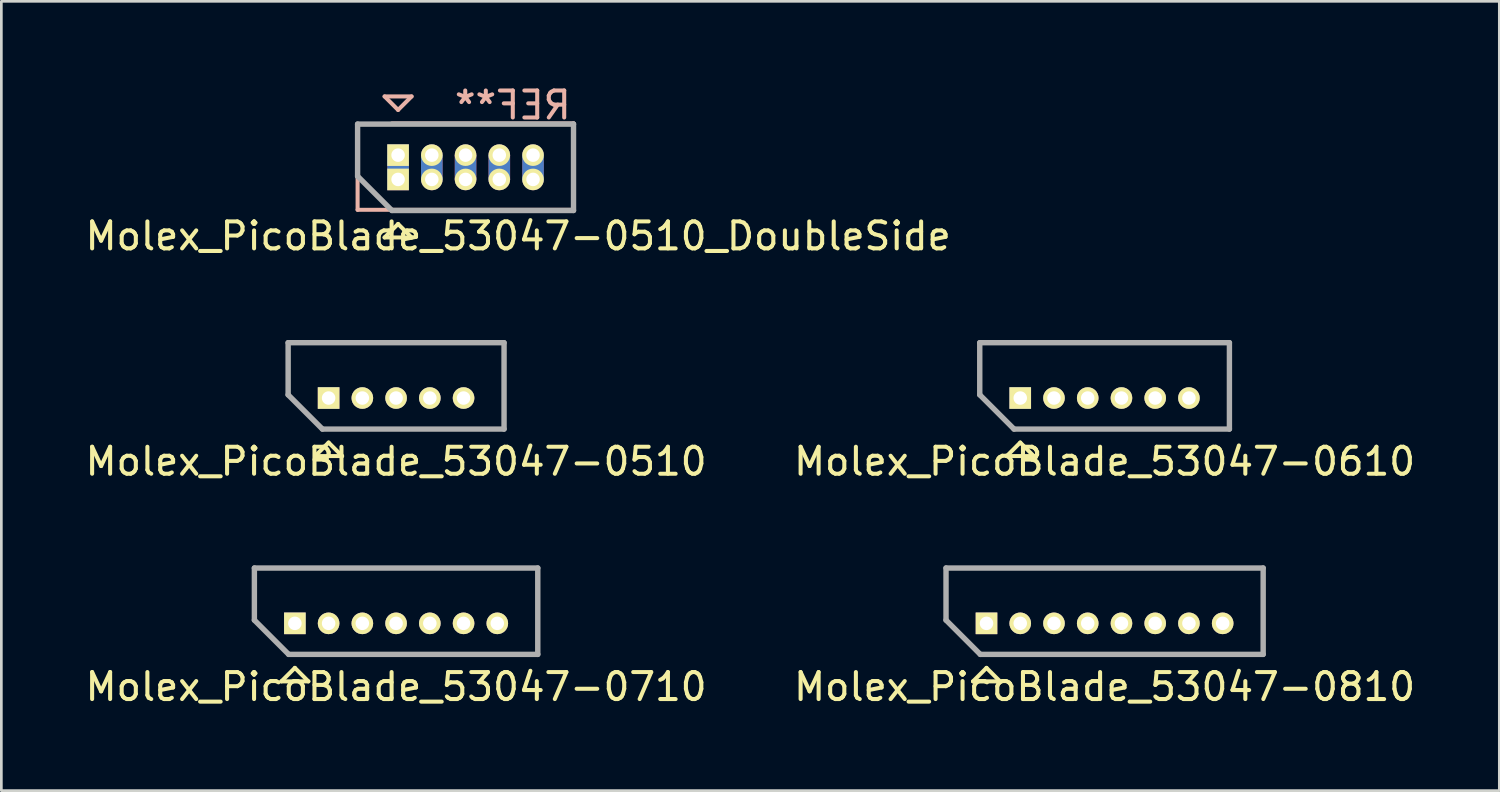
<source format=kicad_pcb>
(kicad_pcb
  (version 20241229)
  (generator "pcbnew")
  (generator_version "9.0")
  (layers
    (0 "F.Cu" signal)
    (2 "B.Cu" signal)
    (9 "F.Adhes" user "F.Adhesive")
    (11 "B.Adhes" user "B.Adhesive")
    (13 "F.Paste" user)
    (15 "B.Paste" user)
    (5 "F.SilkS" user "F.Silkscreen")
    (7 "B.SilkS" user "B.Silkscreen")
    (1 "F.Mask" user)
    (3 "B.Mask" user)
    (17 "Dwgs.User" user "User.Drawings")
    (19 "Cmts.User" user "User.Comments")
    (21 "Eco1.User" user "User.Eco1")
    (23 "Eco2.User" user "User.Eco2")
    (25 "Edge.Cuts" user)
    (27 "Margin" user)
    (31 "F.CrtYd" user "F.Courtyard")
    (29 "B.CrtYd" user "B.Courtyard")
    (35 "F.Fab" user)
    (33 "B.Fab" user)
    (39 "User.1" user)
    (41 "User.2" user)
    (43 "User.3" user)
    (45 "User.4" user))
  (footprint "Molex_PicoBlade_53047-0510_DoubleSide"
    (layer "F.Cu")
    (at 11.699 3.598)
    (property "Reference" "Molex_PicoBlade_53047-0510_DoubleSide" (at 4.45 2.1 0) (layer "F.SilkS") (effects (font (size 1 1) (thickness 0.15))))
    (attr through_hole)
    (fp_line (start -1.5 -2.05) (end 6.5 -2.05) (stroke (width 0.15) (type solid)) (layer "F.SilkS"))
    (fp_line (start -1.5 -0.12) (end -1.5 -2.05) (stroke (width 0.15) (type solid)) (layer "F.SilkS"))
    (fp_line (start -0.5 2.15) (end 0 1.65) (stroke (width 0.15) (type solid)) (layer "F.SilkS"))
    (fp_line (start 0 1.65) (end 0.5 2.15) (stroke (width 0.15) (type solid)) (layer "F.SilkS"))
    (fp_line (start 0.5 2.15) (end -0.5 2.15) (stroke (width 0.15) (type solid)) (layer "F.SilkS"))
    (fp_line (start 6.5 -2.05) (end 6.5 1.15) (stroke (width 0.15) (type solid)) (layer "F.SilkS"))
    (fp_line (start 6.5 1.15) (end -0.23 1.15) (stroke (width 0.15) (type solid)) (layer "F.SilkS"))
    (fp_line (start -1.5 -0.805) (end -1.5 1.125) (stroke (width 0.15) (type solid)) (layer "B.SilkS"))
    (fp_line (start -1.5 1.125) (end 6.5 1.125) (stroke (width 0.15) (type solid)) (layer "B.SilkS"))
    (fp_line (start -0.5 -3.075) (end 0 -2.575) (stroke (width 0.15) (type solid)) (layer "B.SilkS"))
    (fp_line (start 0 -2.575) (end 0.5 -3.075) (stroke (width 0.15) (type solid)) (layer "B.SilkS"))
    (fp_line (start 0.5 -3.075) (end -0.5 -3.075) (stroke (width 0.15) (type solid)) (layer "B.SilkS"))
    (fp_line (start 6.5 -2.075) (end -0.23 -2.075) (stroke (width 0.15) (type solid)) (layer "B.SilkS"))
    (fp_line (start 6.5 1.125) (end 6.5 -2.075) (stroke (width 0.15) (type solid)) (layer "B.SilkS"))
    (fp_line (start -1.5 -2.05) (end 6.5 -2.05) (stroke (width 0.2) (type solid)) (layer "F.Fab"))
    (fp_line (start -1.5 -0.12) (end -1.5 -2.05) (stroke (width 0.2) (type solid)) (layer "F.Fab"))
    (fp_line (start -0.23 1.15) (end -1.5 -0.12) (stroke (width 0.2) (type solid)) (layer "F.Fab"))
    (fp_line (start 6.5 -2.05) (end 6.5 1.15) (stroke (width 0.2) (type solid)) (layer "F.Fab"))
    (fp_line (start 6.5 1.15) (end -0.23 1.15) (stroke (width 0.2) (type solid)) (layer "F.Fab"))
    (fp_text user "REF**" (at 4.25 -2.75 0) (layer "B.SilkS") (effects (font (size 1 1) (thickness 0.15)) (justify mirror)))
    (pad "1" thru_hole rect (at 0 -0.9) (size 0.8 0.8) (drill 0.5) (layers "*.Cu" "*.Mask" "F.SilkS"))
    (pad "1" connect rect (at 0 -0.45) (size 0.8 0.9) (layers "F.Cu"))
    (pad "1" connect rect (at 0 -0.45) (size 0.8 0.9) (layers "B.Cu"))
    (pad "1" thru_hole rect (at 0 0) (size 0.8 0.8) (drill 0.5) (layers "*.Cu" "*.Mask" "F.SilkS"))
    (pad "2" thru_hole oval (at 1.25 -0.9) (size 0.8 0.8) (drill 0.5) (layers "*.Cu" "*.Mask" "F.SilkS"))
    (pad "2" connect rect (at 1.25 -0.45) (size 0.8 0.9) (layers "F.Cu"))
    (pad "2" connect rect (at 1.25 -0.45) (size 0.8 0.9) (layers "B.Cu"))
    (pad "2" thru_hole oval (at 1.25 0) (size 0.8 0.8) (drill 0.5) (layers "*.Cu" "*.Mask" "F.SilkS"))
    (pad "3" thru_hole oval (at 2.5 -0.9) (size 0.8 0.8) (drill 0.5) (layers "*.Cu" "*.Mask" "F.SilkS"))
    (pad "3" connect rect (at 2.5 -0.45) (size 0.8 0.9) (layers "F.Cu"))
    (pad "3" connect rect (at 2.5 -0.45) (size 0.8 0.9) (layers "B.Cu"))
    (pad "3" thru_hole oval (at 2.5 0) (size 0.8 0.8) (drill 0.5) (layers "*.Cu" "*.Mask" "F.SilkS"))
    (pad "4" thru_hole oval (at 3.75 -0.9) (size 0.8 0.8) (drill 0.5) (layers "*.Cu" "*.Mask" "F.SilkS"))
    (pad "4" connect rect (at 3.75 -0.45) (size 0.8 0.9) (layers "F.Cu"))
    (pad "4" connect rect (at 3.75 -0.45) (size 0.8 0.9) (layers "B.Cu"))
    (pad "4" thru_hole oval (at 3.75 0) (size 0.8 0.8) (drill 0.5) (layers "*.Cu" "*.Mask" "F.SilkS"))
    (pad "5" thru_hole oval (at 5 -0.9) (size 0.8 0.8) (drill 0.5) (layers "*.Cu" "*.Mask" "F.SilkS"))
    (pad "5" connect rect (at 5 -0.425) (size 0.8 0.9) (layers "F.Cu"))
    (pad "5" connect rect (at 5 -0.425) (size 0.8 0.9) (layers "B.Cu"))
    (pad "5" thru_hole oval (at 5 0) (size 0.8 0.8) (drill 0.5) (layers "*.Cu" "*.Mask" "F.SilkS")))
  (footprint "Molex_PicoBlade_53047-0510"
    (layer "F.Cu")
    (at 9.125 11.697)
    (property "Reference" "Molex_PicoBlade_53047-0510" (at 2.5 2.35 0) (layer "F.SilkS") (effects (font (size 1 1) (thickness 0.15))))
    (attr through_hole)
    (fp_line (start -1.5 -2.05) (end 6.5 -2.05) (stroke (width 0.15) (type solid)) (layer "F.SilkS"))
    (fp_line (start -1.5 -0.12) (end -1.5 -2.05) (stroke (width 0.15) (type solid)) (layer "F.SilkS"))
    (fp_line (start -0.5 2.15) (end 0 1.65) (stroke (width 0.15) (type solid)) (layer "F.SilkS"))
    (fp_line (start 0 1.65) (end 0.5 2.15) (stroke (width 0.15) (type solid)) (layer "F.SilkS"))
    (fp_line (start 0.5 2.15) (end -0.5 2.15) (stroke (width 0.15) (type solid)) (layer "F.SilkS"))
    (fp_line (start 6.5 -2.05) (end 6.5 1.15) (stroke (width 0.15) (type solid)) (layer "F.SilkS"))
    (fp_line (start 6.5 1.15) (end -0.23 1.15) (stroke (width 0.15) (type solid)) (layer "F.SilkS"))
    (fp_line (start -1.5 -2.05) (end 6.5 -2.05) (stroke (width 0.2) (type solid)) (layer "F.Fab"))
    (fp_line (start -1.5 -0.12) (end -1.5 -2.05) (stroke (width 0.2) (type solid)) (layer "F.Fab"))
    (fp_line (start -0.23 1.15) (end -1.5 -0.12) (stroke (width 0.2) (type solid)) (layer "F.Fab"))
    (fp_line (start 6.5 -2.05) (end 6.5 1.15) (stroke (width 0.2) (type solid)) (layer "F.Fab"))
    (fp_line (start 6.5 1.15) (end -0.23 1.15) (stroke (width 0.2) (type solid)) (layer "F.Fab"))
    (pad "1" thru_hole rect (at 0 0) (size 0.8 0.8) (drill 0.5) (layers "*.Cu" "*.Mask" "F.SilkS"))
    (pad "2" thru_hole oval (at 1.25 0) (size 0.8 0.8) (drill 0.5) (layers "*.Cu" "*.Mask" "F.SilkS"))
    (pad "3" thru_hole oval (at 2.5 0) (size 0.8 0.8) (drill 0.5) (layers "*.Cu" "*.Mask" "F.SilkS"))
    (pad "4" thru_hole oval (at 3.75 0) (size 0.8 0.8) (drill 0.5) (layers "*.Cu" "*.Mask" "F.SilkS"))
    (pad "5" thru_hole oval (at 5 0) (size 0.8 0.8) (drill 0.5) (layers "*.Cu" "*.Mask" "F.SilkS")))
  (footprint "Molex_PicoBlade_53047-0610"
    (layer "F.Cu")
    (at 34.75 11.697)
    (property "Reference" "Molex_PicoBlade_53047-0610" (at 3.125 2.35 0) (layer "F.SilkS") (effects (font (size 1 1) (thickness 0.15))))
    (attr through_hole)
    (fp_line (start -1.5 -2.05) (end 7.75 -2.05) (stroke (width 0.15) (type solid)) (layer "F.SilkS"))
    (fp_line (start -1.5 -0.12) (end -1.5 -2.05) (stroke (width 0.15) (type solid)) (layer "F.SilkS"))
    (fp_line (start -0.5 2.15) (end 0 1.65) (stroke (width 0.15) (type solid)) (layer "F.SilkS"))
    (fp_line (start 0 1.65) (end 0.5 2.15) (stroke (width 0.15) (type solid)) (layer "F.SilkS"))
    (fp_line (start 0.5 2.15) (end -0.5 2.15) (stroke (width 0.15) (type solid)) (layer "F.SilkS"))
    (fp_line (start 7.75 -2.05) (end 7.75 1.15) (stroke (width 0.15) (type solid)) (layer "F.SilkS"))
    (fp_line (start 7.75 1.15) (end -0.23 1.15) (stroke (width 0.15) (type solid)) (layer "F.SilkS"))
    (fp_line (start -1.5 -2.05) (end 7.75 -2.05) (stroke (width 0.2) (type solid)) (layer "F.Fab"))
    (fp_line (start -1.5 -0.12) (end -1.5 -2.05) (stroke (width 0.2) (type solid)) (layer "F.Fab"))
    (fp_line (start -0.23 1.15) (end -1.5 -0.12) (stroke (width 0.2) (type solid)) (layer "F.Fab"))
    (fp_line (start 7.75 -2.05) (end 7.75 1.15) (stroke (width 0.2) (type solid)) (layer "F.Fab"))
    (fp_line (start 7.75 1.15) (end -0.23 1.15) (stroke (width 0.2) (type solid)) (layer "F.Fab"))
    (pad "1" thru_hole rect (at 0 0) (size 0.8 0.8) (drill 0.5) (layers "*.Cu" "*.Mask" "F.SilkS"))
    (pad "2" thru_hole oval (at 1.25 0) (size 0.8 0.8) (drill 0.5) (layers "*.Cu" "*.Mask" "F.SilkS"))
    (pad "3" thru_hole oval (at 2.5 0) (size 0.8 0.8) (drill 0.5) (layers "*.Cu" "*.Mask" "F.SilkS"))
    (pad "4" thru_hole oval (at 3.75 0) (size 0.8 0.8) (drill 0.5) (layers "*.Cu" "*.Mask" "F.SilkS"))
    (pad "5" thru_hole oval (at 5 0) (size 0.8 0.8) (drill 0.5) (layers "*.Cu" "*.Mask" "F.SilkS"))
    (pad "6" thru_hole oval (at 6.25 0) (size 0.8 0.8) (drill 0.5) (layers "*.Cu" "*.Mask" "F.SilkS")))
  (footprint "Molex_PicoBlade_53047-0810"
    (layer "F.Cu")
    (at 33.5 20.045)
    (property "Reference" "Molex_PicoBlade_53047-0810" (at 4.375 2.35 0) (layer "F.SilkS") (effects (font (size 1 1) (thickness 0.15))))
    (attr through_hole)
    (fp_line (start -1.5 -2.05) (end 10.25 -2.05) (stroke (width 0.15) (type solid)) (layer "F.SilkS"))
    (fp_line (start -1.5 -0.12) (end -1.5 -2.05) (stroke (width 0.15) (type solid)) (layer "F.SilkS"))
    (fp_line (start -0.5 2.15) (end 0 1.65) (stroke (width 0.15) (type solid)) (layer "F.SilkS"))
    (fp_line (start 0 1.65) (end 0.5 2.15) (stroke (width 0.15) (type solid)) (layer "F.SilkS"))
    (fp_line (start 0.5 2.15) (end -0.5 2.15) (stroke (width 0.15) (type solid)) (layer "F.SilkS"))
    (fp_line (start 10.25 -2.05) (end 10.25 1.15) (stroke (width 0.15) (type solid)) (layer "F.SilkS"))
    (fp_line (start 10.25 1.15) (end -0.23 1.15) (stroke (width 0.15) (type solid)) (layer "F.SilkS"))
    (fp_line (start -1.5 -2.05) (end 10.25 -2.05) (stroke (width 0.2) (type solid)) (layer "F.Fab"))
    (fp_line (start -1.5 -0.12) (end -1.5 -2.05) (stroke (width 0.2) (type solid)) (layer "F.Fab"))
    (fp_line (start -0.23 1.15) (end -1.5 -0.12) (stroke (width 0.2) (type solid)) (layer "F.Fab"))
    (fp_line (start 10.25 -2.05) (end 10.25 1.15) (stroke (width 0.2) (type solid)) (layer "F.Fab"))
    (fp_line (start 10.25 1.15) (end -0.23 1.15) (stroke (width 0.2) (type solid)) (layer "F.Fab"))
    (pad "1" thru_hole rect (at 0 0) (size 0.8 0.8) (drill 0.5) (layers "*.Cu" "*.Mask" "F.SilkS"))
    (pad "2" thru_hole oval (at 1.25 0) (size 0.8 0.8) (drill 0.5) (layers "*.Cu" "*.Mask" "F.SilkS"))
    (pad "3" thru_hole oval (at 2.5 0) (size 0.8 0.8) (drill 0.5) (layers "*.Cu" "*.Mask" "F.SilkS"))
    (pad "4" thru_hole oval (at 3.75 0) (size 0.8 0.8) (drill 0.5) (layers "*.Cu" "*.Mask" "F.SilkS"))
    (pad "5" thru_hole oval (at 5 0) (size 0.8 0.8) (drill 0.5) (layers "*.Cu" "*.Mask" "F.SilkS"))
    (pad "6" thru_hole oval (at 6.25 0) (size 0.8 0.8) (drill 0.5) (layers "*.Cu" "*.Mask" "F.SilkS"))
    (pad "7" thru_hole oval (at 7.5 0) (size 0.8 0.8) (drill 0.5) (layers "*.Cu" "*.Mask" "F.SilkS"))
    (pad "8" thru_hole oval (at 8.75 0) (size 0.8 0.8) (drill 0.5) (layers "*.Cu" "*.Mask" "F.SilkS")))
  (footprint "Molex_PicoBlade_53047-0710"
    (layer "F.Cu")
    (at 7.875 20.045)
    (property "Reference" "Molex_PicoBlade_53047-0710" (at 3.75 2.35 0) (layer "F.SilkS") (effects (font (size 1 1) (thickness 0.15))))
    (attr through_hole)
    (fp_line (start -1.5 -2.05) (end 9 -2.05) (stroke (width 0.15) (type solid)) (layer "F.SilkS"))
    (fp_line (start -1.5 -0.12) (end -1.5 -2.05) (stroke (width 0.15) (type solid)) (layer "F.SilkS"))
    (fp_line (start -0.5 2.15) (end 0 1.65) (stroke (width 0.15) (type solid)) (layer "F.SilkS"))
    (fp_line (start 0 1.65) (end 0.5 2.15) (stroke (width 0.15) (type solid)) (layer "F.SilkS"))
    (fp_line (start 0.5 2.15) (end -0.5 2.15) (stroke (width 0.15) (type solid)) (layer "F.SilkS"))
    (fp_line (start 9 -2.05) (end 9 1.15) (stroke (width 0.15) (type solid)) (layer "F.SilkS"))
    (fp_line (start 9 1.15) (end -0.23 1.15) (stroke (width 0.15) (type solid)) (layer "F.SilkS"))
    (fp_line (start -1.5 -2.05) (end 9 -2.05) (stroke (width 0.2) (type solid)) (layer "F.Fab"))
    (fp_line (start -1.5 -0.12) (end -1.5 -2.05) (stroke (width 0.2) (type solid)) (layer "F.Fab"))
    (fp_line (start -0.23 1.15) (end -1.5 -0.12) (stroke (width 0.2) (type solid)) (layer "F.Fab"))
    (fp_line (start 9 -2.05) (end 9 1.15) (stroke (width 0.2) (type solid)) (layer "F.Fab"))
    (fp_line (start 9 1.15) (end -0.23 1.15) (stroke (width 0.2) (type solid)) (layer "F.Fab"))
    (pad "1" thru_hole rect (at 0 0) (size 0.8 0.8) (drill 0.5) (layers "*.Cu" "*.Mask" "F.SilkS"))
    (pad "2" thru_hole oval (at 1.25 0) (size 0.8 0.8) (drill 0.5) (layers "*.Cu" "*.Mask" "F.SilkS"))
    (pad "3" thru_hole oval (at 2.5 0) (size 0.8 0.8) (drill 0.5) (layers "*.Cu" "*.Mask" "F.SilkS"))
    (pad "4" thru_hole oval (at 3.75 0) (size 0.8 0.8) (drill 0.5) (layers "*.Cu" "*.Mask" "F.SilkS"))
    (pad "5" thru_hole oval (at 5 0) (size 0.8 0.8) (drill 0.5) (layers "*.Cu" "*.Mask" "F.SilkS"))
    (pad "6" thru_hole oval (at 6.25 0) (size 0.8 0.8) (drill 0.5) (layers "*.Cu" "*.Mask" "F.SilkS"))
    (pad "7" thru_hole oval (at 7.5 0) (size 0.8 0.8) (drill 0.5) (layers "*.Cu" "*.Mask" "F.SilkS")))
  (gr_rect
    (start -3 -3)
    (end 52.5 26.243)
    (stroke (width 0.1) (type default))
    (fill no)
    (layer "Edge.Cuts")))
</source>
